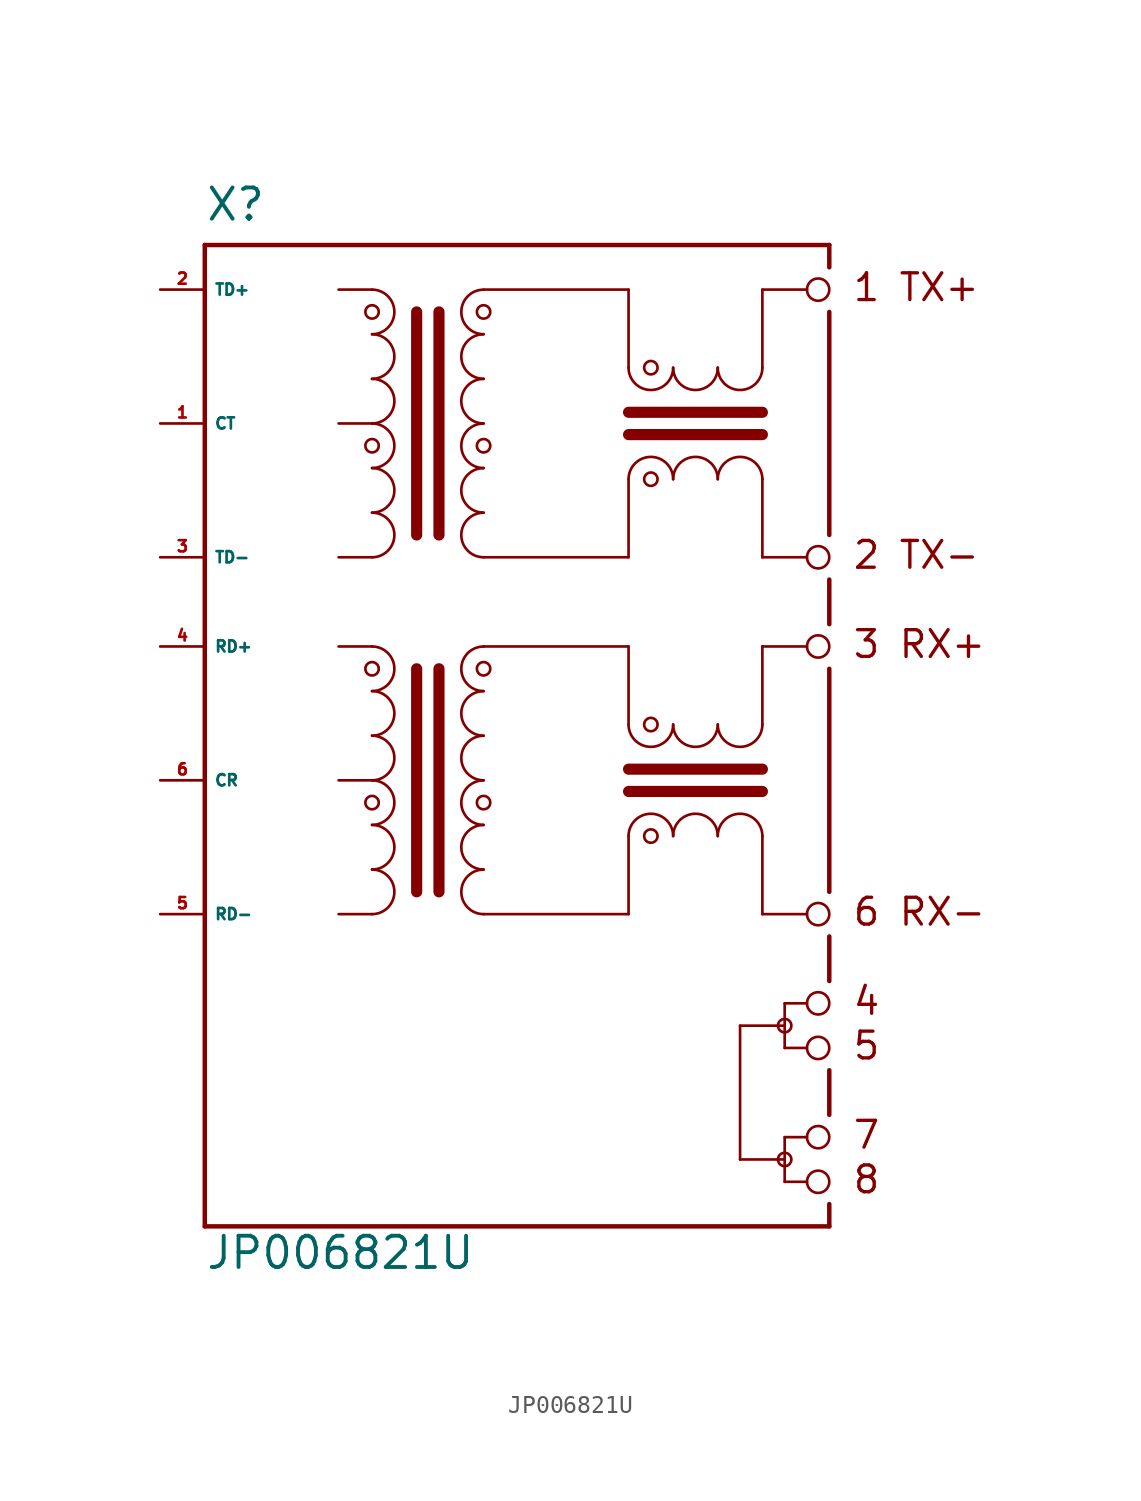
<source format=kicad_sym>
(kicad_symbol_lib
  (version 20220914)
  (generator Eagle2Kicad)
  (symbol "JP006821U"
    (property "Reference" "X"
      (at -12.7 21.59 0)
      (effects (font (size 1.778 1.778) (thickness 0.22)) (justify left bottom)))
    (property "Value" "JP006821U"
      (at -12.7 -38.1 0)
      (effects (font (size 1.778 1.778) (thickness 0.22)) (justify left bottom)))
    (polyline
      (pts (xy -5.08 2.54) (xy -3.175 2.54))
      (stroke (width 0.152) (type default))
      (fill (type none)))
    (polyline
      (pts (xy -5.08 10.16) (xy -3.175 10.16))
      (stroke (width 0.152) (type default))
      (fill (type none)))
    (polyline
      (pts (xy -5.08 17.78) (xy -3.175 17.78))
      (stroke (width 0.152) (type default))
      (fill (type none)))
    (arc
      (start -3.175 10.16)
      (mid -1.905 11.430)
      (end -3.175 12.7)
      (stroke (width 0.1524) (type default))
      (fill (type none)))
    (arc
      (start -3.175 12.7)
      (mid -1.905 13.970)
      (end -3.175 15.24)
      (stroke (width 0.1524) (type default))
      (fill (type none)))
    (arc
      (start -3.175 15.24)
      (mid -1.905 16.510)
      (end -3.175 17.78)
      (stroke (width 0.1524) (type default))
      (fill (type none)))
    (arc
      (start -3.175 7.62)
      (mid -1.905 8.890)
      (end -3.175 10.16)
      (stroke (width 0.1524) (type default))
      (fill (type none)))
    (arc
      (start -3.175 5.08)
      (mid -1.905 6.350)
      (end -3.175 7.62)
      (stroke (width 0.1524) (type default))
      (fill (type none)))
    (arc
      (start -3.175 2.54)
      (mid -1.905 3.810)
      (end -3.175 5.08)
      (stroke (width 0.1524) (type default))
      (fill (type none)))
    (polyline
      (pts (xy -0.635 16.51) (xy -0.635 3.81))
      (stroke (width 0.635) (type default))
      (fill (type none)))
    (polyline
      (pts (xy 0.635 16.51) (xy 0.635 3.81))
      (stroke (width 0.635) (type default))
      (fill (type none)))
    (arc
      (start 3.175 12.7)
      (mid 1.905 11.430)
      (end 3.175 10.16)
      (stroke (width 0.1524) (type default))
      (fill (type none)))
    (arc
      (start 3.175 15.24)
      (mid 1.905 13.970)
      (end 3.175 12.7)
      (stroke (width 0.1524) (type default))
      (fill (type none)))
    (arc
      (start 3.175 17.78)
      (mid 1.905 16.510)
      (end 3.175 15.24)
      (stroke (width 0.1524) (type default))
      (fill (type none)))
    (arc
      (start 3.175 10.16)
      (mid 1.905 8.890)
      (end 3.175 7.62)
      (stroke (width 0.1524) (type default))
      (fill (type none)))
    (arc
      (start 3.175 7.62)
      (mid 1.905 6.350)
      (end 3.175 5.08)
      (stroke (width 0.1524) (type default))
      (fill (type none)))
    (arc
      (start 3.175 5.08)
      (mid 1.905 3.810)
      (end 3.175 2.54)
      (stroke (width 0.1524) (type default))
      (fill (type none)))
    (arc
      (start 19.05 6.985)
      (mid 17.780 8.255)
      (end 16.51 6.985)
      (stroke (width 0.1524) (type default))
      (fill (type none)))
    (arc
      (start 16.51 6.985)
      (mid 15.240 8.255)
      (end 13.97 6.985)
      (stroke (width 0.1524) (type default))
      (fill (type none)))
    (arc
      (start 13.97 6.985)
      (mid 12.700 8.255)
      (end 11.43 6.985)
      (stroke (width 0.1524) (type default))
      (fill (type none)))
    (arc
      (start 16.51 13.335)
      (mid 17.780 12.065)
      (end 19.05 13.335)
      (stroke (width 0.1524) (type default))
      (fill (type none)))
    (arc
      (start 13.97 13.335)
      (mid 15.240 12.065)
      (end 16.51 13.335)
      (stroke (width 0.1524) (type default))
      (fill (type none)))
    (arc
      (start 11.43 13.335)
      (mid 12.700 12.065)
      (end 13.97 13.335)
      (stroke (width 0.1524) (type default))
      (fill (type none)))
    (polyline
      (pts (xy 3.175 17.78) (xy 11.43 17.78))
      (stroke (width 0.152) (type default))
      (fill (type none)))
    (polyline
      (pts (xy 11.43 17.78) (xy 11.43 13.335))
      (stroke (width 0.152) (type default))
      (fill (type none)))
    (polyline
      (pts (xy 11.43 2.54) (xy 3.175 2.54))
      (stroke (width 0.152) (type default))
      (fill (type none)))
    (polyline
      (pts (xy 11.43 2.54) (xy 11.43 6.985))
      (stroke (width 0.152) (type default))
      (fill (type none)))
    (polyline
      (pts (xy 19.05 13.335) (xy 19.05 17.78))
      (stroke (width 0.152) (type default))
      (fill (type none)))
    (polyline
      (pts (xy 19.05 17.78) (xy 21.59 17.78))
      (stroke (width 0.152) (type default))
      (fill (type none)))
    (polyline
      (pts (xy 19.05 6.985) (xy 19.05 2.54))
      (stroke (width 0.152) (type default))
      (fill (type none)))
    (polyline
      (pts (xy 19.05 2.54) (xy 21.59 2.54))
      (stroke (width 0.152) (type default))
      (fill (type none)))
    (polyline
      (pts (xy 11.43 9.525) (xy 19.05 9.525))
      (stroke (width 0.635) (type default))
      (fill (type none)))
    (polyline
      (pts (xy 11.43 10.795) (xy 19.05 10.795))
      (stroke (width 0.635) (type default))
      (fill (type none)))
    (polyline
      (pts (xy -5.08 -17.78) (xy -3.175 -17.78))
      (stroke (width 0.152) (type default))
      (fill (type none)))
    (polyline
      (pts (xy -5.08 -10.16) (xy -3.175 -10.16))
      (stroke (width 0.152) (type default))
      (fill (type none)))
    (polyline
      (pts (xy -5.08 -2.54) (xy -3.175 -2.54))
      (stroke (width 0.152) (type default))
      (fill (type none)))
    (arc
      (start -3.175 -10.16)
      (mid -1.905 -8.890)
      (end -3.175 -7.62)
      (stroke (width 0.1524) (type default))
      (fill (type none)))
    (arc
      (start -3.175 -7.62)
      (mid -1.905 -6.350)
      (end -3.175 -5.08)
      (stroke (width 0.1524) (type default))
      (fill (type none)))
    (arc
      (start -3.175 -5.08)
      (mid -1.905 -3.810)
      (end -3.175 -2.54)
      (stroke (width 0.1524) (type default))
      (fill (type none)))
    (arc
      (start -3.175 -12.7)
      (mid -1.905 -11.430)
      (end -3.175 -10.16)
      (stroke (width 0.1524) (type default))
      (fill (type none)))
    (arc
      (start -3.175 -15.24)
      (mid -1.905 -13.970)
      (end -3.175 -12.7)
      (stroke (width 0.1524) (type default))
      (fill (type none)))
    (arc
      (start -3.175 -17.78)
      (mid -1.905 -16.510)
      (end -3.175 -15.24)
      (stroke (width 0.1524) (type default))
      (fill (type none)))
    (polyline
      (pts (xy -0.635 -3.81) (xy -0.635 -16.51))
      (stroke (width 0.635) (type default))
      (fill (type none)))
    (polyline
      (pts (xy 0.635 -3.81) (xy 0.635 -16.51))
      (stroke (width 0.635) (type default))
      (fill (type none)))
    (arc
      (start 3.175 -7.62)
      (mid 1.905 -8.890)
      (end 3.175 -10.16)
      (stroke (width 0.1524) (type default))
      (fill (type none)))
    (arc
      (start 3.175 -5.08)
      (mid 1.905 -6.350)
      (end 3.175 -7.62)
      (stroke (width 0.1524) (type default))
      (fill (type none)))
    (arc
      (start 3.175 -2.54)
      (mid 1.905 -3.810)
      (end 3.175 -5.08)
      (stroke (width 0.1524) (type default))
      (fill (type none)))
    (arc
      (start 3.175 -10.16)
      (mid 1.905 -11.430)
      (end 3.175 -12.7)
      (stroke (width 0.1524) (type default))
      (fill (type none)))
    (arc
      (start 3.175 -12.7)
      (mid 1.905 -13.970)
      (end 3.175 -15.24)
      (stroke (width 0.1524) (type default))
      (fill (type none)))
    (arc
      (start 3.175 -15.24)
      (mid 1.905 -16.510)
      (end 3.175 -17.78)
      (stroke (width 0.1524) (type default))
      (fill (type none)))
    (arc
      (start 19.05 -13.335)
      (mid 17.780 -12.065)
      (end 16.51 -13.335)
      (stroke (width 0.1524) (type default))
      (fill (type none)))
    (arc
      (start 16.51 -13.335)
      (mid 15.240 -12.065)
      (end 13.97 -13.335)
      (stroke (width 0.1524) (type default))
      (fill (type none)))
    (arc
      (start 13.97 -13.335)
      (mid 12.700 -12.065)
      (end 11.43 -13.335)
      (stroke (width 0.1524) (type default))
      (fill (type none)))
    (arc
      (start 16.51 -6.985)
      (mid 17.780 -8.255)
      (end 19.05 -6.985)
      (stroke (width 0.1524) (type default))
      (fill (type none)))
    (arc
      (start 13.97 -6.985)
      (mid 15.240 -8.255)
      (end 16.51 -6.985)
      (stroke (width 0.1524) (type default))
      (fill (type none)))
    (arc
      (start 11.43 -6.985)
      (mid 12.700 -8.255)
      (end 13.97 -6.985)
      (stroke (width 0.1524) (type default))
      (fill (type none)))
    (polyline
      (pts (xy 3.175 -2.54) (xy 11.43 -2.54))
      (stroke (width 0.152) (type default))
      (fill (type none)))
    (polyline
      (pts (xy 11.43 -2.54) (xy 11.43 -6.985))
      (stroke (width 0.152) (type default))
      (fill (type none)))
    (polyline
      (pts (xy 11.43 -17.78) (xy 3.175 -17.78))
      (stroke (width 0.152) (type default))
      (fill (type none)))
    (polyline
      (pts (xy 11.43 -17.78) (xy 11.43 -13.335))
      (stroke (width 0.152) (type default))
      (fill (type none)))
    (polyline
      (pts (xy 19.05 -6.985) (xy 19.05 -2.54))
      (stroke (width 0.152) (type default))
      (fill (type none)))
    (polyline
      (pts (xy 19.05 -2.54) (xy 21.59 -2.54))
      (stroke (width 0.152) (type default))
      (fill (type none)))
    (polyline
      (pts (xy 19.05 -13.335) (xy 19.05 -17.78))
      (stroke (width 0.152) (type default))
      (fill (type none)))
    (polyline
      (pts (xy 19.05 -17.78) (xy 21.59 -17.78))
      (stroke (width 0.152) (type default))
      (fill (type none)))
    (polyline
      (pts (xy 11.43 -10.795) (xy 19.05 -10.795))
      (stroke (width 0.635) (type default))
      (fill (type none)))
    (polyline
      (pts (xy 11.43 -9.525) (xy 19.05 -9.525))
      (stroke (width 0.635) (type default))
      (fill (type none)))
    (polyline
      (pts (xy 21.59 -22.86) (xy 20.32 -22.86))
      (stroke (width 0.152) (type default))
      (fill (type none)))
    (polyline
      (pts (xy 20.32 -22.86) (xy 20.32 -24.13))
      (stroke (width 0.152) (type default))
      (fill (type none)))
    (polyline
      (pts (xy 20.32 -24.13) (xy 20.32 -25.4))
      (stroke (width 0.152) (type default))
      (fill (type none)))
    (polyline
      (pts (xy 20.32 -25.4) (xy 21.59 -25.4))
      (stroke (width 0.152) (type default))
      (fill (type none)))
    (polyline
      (pts (xy 21.59 -30.48) (xy 20.32 -30.48))
      (stroke (width 0.152) (type default))
      (fill (type none)))
    (polyline
      (pts (xy 20.32 -30.48) (xy 20.32 -31.75))
      (stroke (width 0.152) (type default))
      (fill (type none)))
    (polyline
      (pts (xy 20.32 -31.75) (xy 20.32 -33.02))
      (stroke (width 0.152) (type default))
      (fill (type none)))
    (polyline
      (pts (xy 20.32 -33.02) (xy 21.59 -33.02))
      (stroke (width 0.152) (type default))
      (fill (type none)))
    (polyline
      (pts (xy 20.32 -24.13) (xy 17.78 -24.13))
      (stroke (width 0.152) (type default))
      (fill (type none)))
    (polyline
      (pts (xy 17.78 -24.13) (xy 17.78 -31.75))
      (stroke (width 0.152) (type default))
      (fill (type none)))
    (polyline
      (pts (xy 17.78 -31.75) (xy 20.32 -31.75))
      (stroke (width 0.152) (type default))
      (fill (type none)))
    (polyline
      (pts (xy -12.7 20.32) (xy -12.7 -35.56))
      (stroke (width 0.254) (type default))
      (fill (type none)))
    (polyline
      (pts (xy -12.7 -35.56) (xy 22.86 -35.56))
      (stroke (width 0.254) (type default))
      (fill (type none)))
    (polyline
      (pts (xy -12.7 20.32) (xy 22.86 20.32))
      (stroke (width 0.254) (type default))
      (fill (type none)))
    (polyline
      (pts (xy 22.86 20.32) (xy 22.86 19.05))
      (stroke (width 0.254) (type default))
      (fill (type none)))
    (polyline
      (pts (xy 22.86 -35.56) (xy 22.86 -34.29))
      (stroke (width 0.254) (type default))
      (fill (type none)))
    (polyline
      (pts (xy 22.86 -29.21) (xy 22.86 -26.67))
      (stroke (width 0.254) (type default))
      (fill (type none)))
    (polyline
      (pts (xy 22.86 -21.59) (xy 22.86 -19.05))
      (stroke (width 0.254) (type default))
      (fill (type none)))
    (polyline
      (pts (xy 22.86 -16.51) (xy 22.86 -3.81))
      (stroke (width 0.254) (type default))
      (fill (type none)))
    (polyline
      (pts (xy 22.86 -1.27) (xy 22.86 1.27))
      (stroke (width 0.254) (type default))
      (fill (type none)))
    (polyline
      (pts (xy 22.86 3.81) (xy 22.86 16.51))
      (stroke (width 0.254) (type default))
      (fill (type none)))
    (text "1 TX+"
      (at 24.13 17.018 0)
      (effects (font (size 1.524 1.524) (thickness 0.19)) (justify left bottom)))
    (text "2 TX-"
      (at 24.13 1.778 0)
      (effects (font (size 1.524 1.524) (thickness 0.19)) (justify left bottom)))
    (text "3 RX+"
      (at 24.13 -3.302 0)
      (effects (font (size 1.524 1.524) (thickness 0.19)) (justify left bottom)))
    (text "6 RX-"
      (at 24.13 -18.542 0)
      (effects (font (size 1.524 1.524) (thickness 0.19)) (justify left bottom)))
    (text "4"
      (at 24.13 -23.622 0)
      (effects (font (size 1.524 1.524) (thickness 0.19)) (justify left bottom)))
    (text "5"
      (at 24.13 -26.162 0)
      (effects (font (size 1.524 1.524) (thickness 0.19)) (justify left bottom)))
    (text "7"
      (at 24.13 -31.242 0)
      (effects (font (size 1.524 1.524) (thickness 0.19)) (justify left bottom)))
    (text "8"
      (at 24.13 -33.782 0)
      (effects (font (size 1.524 1.524) (thickness 0.19)) (justify left bottom)))
    (circle
      (center -3.175 16.51)
      (radius 0.381)
      (stroke (width 0) (type default))
      (fill (type none)))
    (circle
      (center -3.175 8.89)
      (radius 0.381)
      (stroke (width 0) (type default))
      (fill (type none)))
    (circle
      (center 3.175 16.51)
      (radius 0.381)
      (stroke (width 0) (type default))
      (fill (type none)))
    (circle
      (center 3.175 8.89)
      (radius 0.381)
      (stroke (width 0) (type default))
      (fill (type none)))
    (circle
      (center 12.7 6.985)
      (radius 0.381)
      (stroke (width 0) (type default))
      (fill (type none)))
    (circle
      (center 12.7 13.335)
      (radius 0.381)
      (stroke (width 0) (type default))
      (fill (type none)))
    (circle
      (center -3.175 -3.81)
      (radius 0.381)
      (stroke (width 0) (type default))
      (fill (type none)))
    (circle
      (center -3.175 -11.43)
      (radius 0.381)
      (stroke (width 0) (type default))
      (fill (type none)))
    (circle
      (center 3.175 -3.81)
      (radius 0.381)
      (stroke (width 0) (type default))
      (fill (type none)))
    (circle
      (center 3.175 -11.43)
      (radius 0.381)
      (stroke (width 0) (type default))
      (fill (type none)))
    (circle
      (center 12.7 -13.335)
      (radius 0.381)
      (stroke (width 0) (type default))
      (fill (type none)))
    (circle
      (center 12.7 -6.985)
      (radius 0.381)
      (stroke (width 0) (type default))
      (fill (type none)))
    (circle
      (center 22.225 17.78)
      (radius 0.635)
      (stroke (width 0.152) (type default))
      (fill (type none)))
    (circle
      (center 22.225 2.54)
      (radius 0.635)
      (stroke (width 0.152) (type default))
      (fill (type none)))
    (circle
      (center 22.225 -2.54)
      (radius 0.635)
      (stroke (width 0.152) (type default))
      (fill (type none)))
    (circle
      (center 22.225 -17.78)
      (radius 0.635)
      (stroke (width 0.152) (type default))
      (fill (type none)))
    (circle
      (center 22.225 -22.86)
      (radius 0.635)
      (stroke (width 0.152) (type default))
      (fill (type none)))
    (circle
      (center 22.225 -25.4)
      (radius 0.635)
      (stroke (width 0.152) (type default))
      (fill (type none)))
    (circle
      (center 22.225 -30.48)
      (radius 0.635)
      (stroke (width 0.152) (type default))
      (fill (type none)))
    (circle
      (center 22.225 -33.02)
      (radius 0.635)
      (stroke (width 0.152) (type default))
      (fill (type none)))
    (circle
      (center 20.32 -24.13)
      (radius 0.381)
      (stroke (width 0) (type default))
      (fill (type none)))
    (circle
      (center 20.32 -31.75)
      (radius 0.381)
      (stroke (width 0) (type default))
      (fill (type none)))
    (pin input line
      (at -15.24 17.78 0)
      (length 2.54)
      (name "TD+" (effects (font (size 0.635 0.635) (thickness 0.08)) (justify left bottom)))
      (number "2" (effects (font (size 0.635 0.635) (thickness 0.08)) (justify left bottom))))
    (pin input line
      (at -15.24 10.16 0)
      (length 2.54)
      (name "CT" (effects (font (size 0.635 0.635) (thickness 0.08)) (justify left bottom)))
      (number "1" (effects (font (size 0.635 0.635) (thickness 0.08)) (justify left bottom))))
    (pin input line
      (at -15.24 2.54 0)
      (length 2.54)
      (name "TD-" (effects (font (size 0.635 0.635) (thickness 0.08)) (justify left bottom)))
      (number "3" (effects (font (size 0.635 0.635) (thickness 0.08)) (justify left bottom))))
    (pin input line
      (at -15.24 -2.54 0)
      (length 2.54)
      (name "RD+" (effects (font (size 0.635 0.635) (thickness 0.08)) (justify left bottom)))
      (number "4" (effects (font (size 0.635 0.635) (thickness 0.08)) (justify left bottom))))
    (pin input line
      (at -15.24 -10.16 0)
      (length 2.54)
      (name "CR" (effects (font (size 0.635 0.635) (thickness 0.08)) (justify left bottom)))
      (number "6" (effects (font (size 0.635 0.635) (thickness 0.08)) (justify left bottom))))
    (pin input line
      (at -15.24 -17.78 0)
      (length 2.54)
      (name "RD-" (effects (font (size 0.635 0.635) (thickness 0.08)) (justify left bottom)))
      (number "5" (effects (font (size 0.635 0.635) (thickness 0.08)) (justify left bottom))))))
</source>
